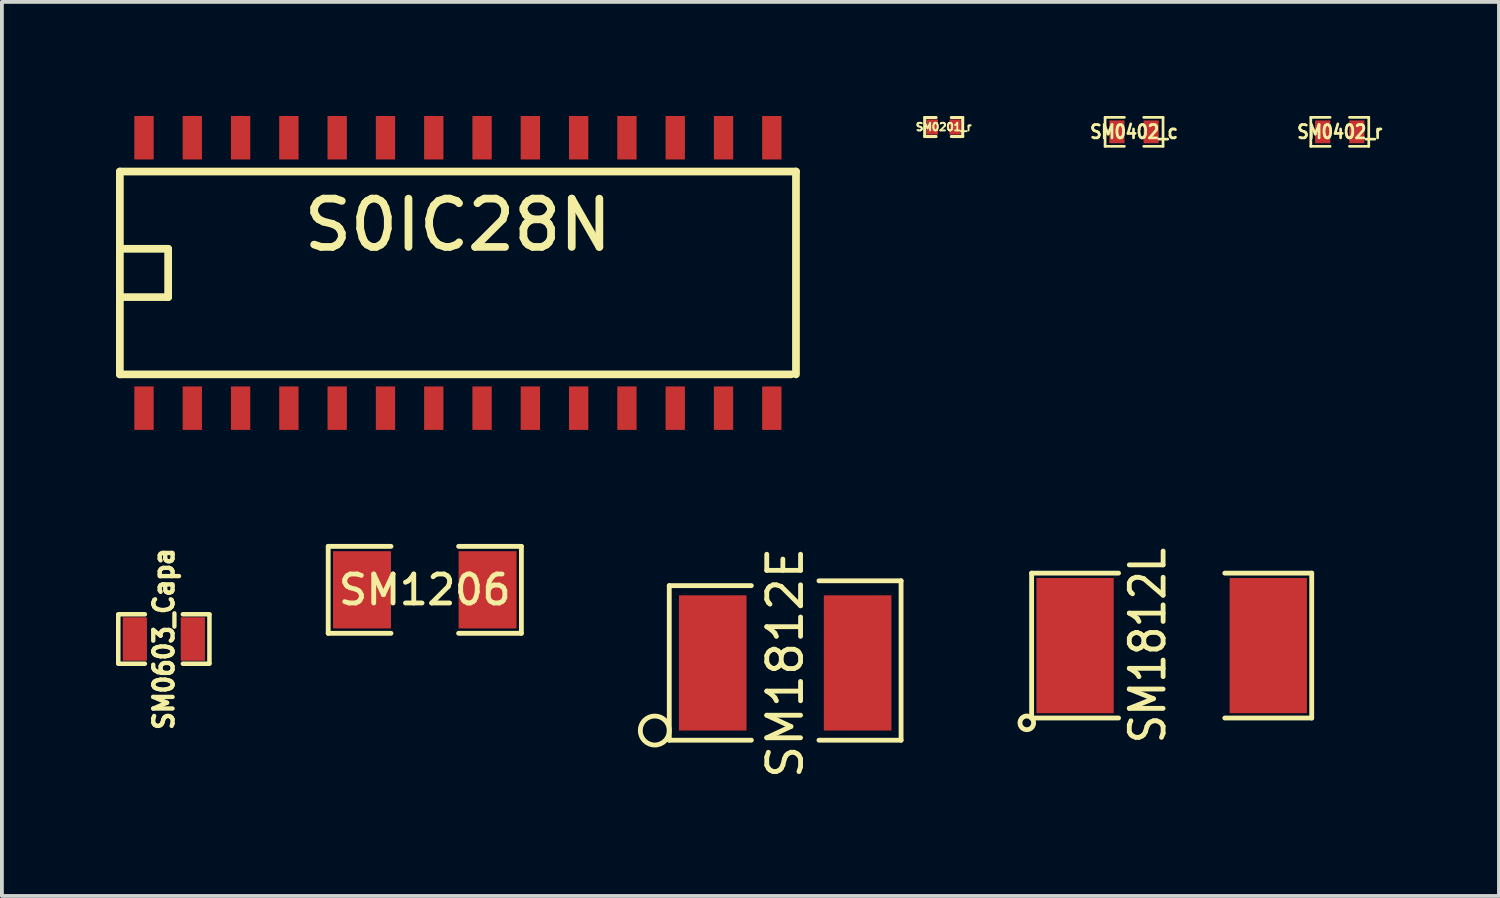
<source format=kicad_pcb>
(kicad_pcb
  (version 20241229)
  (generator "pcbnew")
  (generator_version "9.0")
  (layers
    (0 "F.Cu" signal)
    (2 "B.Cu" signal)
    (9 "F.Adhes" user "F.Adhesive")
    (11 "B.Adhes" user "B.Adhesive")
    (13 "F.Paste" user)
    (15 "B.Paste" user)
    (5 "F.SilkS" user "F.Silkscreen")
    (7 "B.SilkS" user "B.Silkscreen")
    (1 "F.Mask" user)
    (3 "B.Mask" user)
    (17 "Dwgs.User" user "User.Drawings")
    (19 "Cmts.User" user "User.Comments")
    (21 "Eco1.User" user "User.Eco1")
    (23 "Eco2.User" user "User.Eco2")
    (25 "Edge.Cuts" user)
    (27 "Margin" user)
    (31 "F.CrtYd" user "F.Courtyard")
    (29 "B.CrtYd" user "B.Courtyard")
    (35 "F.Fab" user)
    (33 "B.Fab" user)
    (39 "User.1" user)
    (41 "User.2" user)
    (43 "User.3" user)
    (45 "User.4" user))
  (footprint "SM1812E"
    (layer "F.Cu")
    (at 17.598 14.383)
    (property "Reference" "SM1812E" (at 0 0 90) (layer "F.SilkS") (effects (font (size 0.889 0.889) (thickness 0.127))))
    (attr smd)
    (fp_line (start -3.048 -2.032) (end -3.048 2.032) (stroke (width 0.127) (type solid)) (layer "F.SilkS"))
    (fp_line (start -3.048 2.032) (end -0.889 2.032) (stroke (width 0.127) (type solid)) (layer "F.SilkS"))
    (fp_line (start -0.889 -2.032) (end -3.048 -2.032) (stroke (width 0.127) (type solid)) (layer "F.SilkS"))
    (fp_line (start 0.889 -2.159) (end 3.048 -2.159) (stroke (width 0.127) (type solid)) (layer "F.SilkS"))
    (fp_line (start 3.048 -2.159) (end 3.048 2.032) (stroke (width 0.127) (type solid)) (layer "F.SilkS"))
    (fp_line (start 3.048 2.032) (end 0.889 2.032) (stroke (width 0.127) (type solid)) (layer "F.SilkS"))
    (fp_circle (center -3.429 1.778) (end -3.048 1.778) (stroke (width 0.127) (type solid)) (fill no) (layer "F.SilkS"))
    (pad "1" smd rect (at -1.905 0) (size 1.778 3.556) (layers "F.Cu" "F.Mask" "F.Paste"))
    (pad "2" smd rect (at 1.905 0) (size 1.778 3.556) (layers "F.Cu" "F.Mask" "F.Paste")))
  (footprint "SM0603_Capa"
    (layer "F.Cu")
    (at 1.259 13.754)
    (property "Reference" "SM0603_Capa" (at 0 0 90) (layer "F.SilkS") (effects (font (size 0.508 0.457) (thickness 0.114))))
    (attr smd)
    (fp_line (start -1.199 -0.65) (end -0.5 -0.65) (stroke (width 0.119) (type solid)) (layer "F.SilkS"))
    (fp_line (start -1.199 0.635) (end -1.199 -0.635) (stroke (width 0.119) (type solid)) (layer "F.SilkS"))
    (fp_line (start -0.5 0.65) (end -1.199 0.65) (stroke (width 0.119) (type solid)) (layer "F.SilkS"))
    (fp_line (start 0.5 -0.65) (end 1.199 -0.65) (stroke (width 0.119) (type solid)) (layer "F.SilkS"))
    (fp_line (start 0.5 0.65) (end 1.199 0.65) (stroke (width 0.119) (type solid)) (layer "F.SilkS"))
    (fp_line (start 1.199 -0.635) (end 1.199 0.635) (stroke (width 0.119) (type solid)) (layer "F.SilkS"))
    (pad "1" smd rect (at -0.762 0) (size 0.635 1.143) (layers "F.Cu" "F.Mask" "F.Paste"))
    (pad "2" smd rect (at 0.762 0) (size 0.635 1.143) (layers "F.Cu" "F.Mask" "F.Paste")))
  (footprint "SM0201_r"
    (layer "F.Cu")
    (at 21.767 0.29)
    (property "Reference" "SM0201_r" (at 0 0 0) (layer "F.SilkS") (effects (font (size 0.2 0.2) (thickness 0.05))))
    (attr smd)
    (fp_line (start -0.5 -0.25) (end -0.5 0.25) (stroke (width 0.08) (type solid)) (layer "F.SilkS"))
    (fp_line (start -0.5 0.25) (end -0.2 0.25) (stroke (width 0.08) (type solid)) (layer "F.SilkS"))
    (fp_line (start -0.2 -0.25) (end -0.5 -0.25) (stroke (width 0.08) (type solid)) (layer "F.SilkS"))
    (fp_line (start 0.2 -0.25) (end 0.45 -0.25) (stroke (width 0.08) (type solid)) (layer "F.SilkS"))
    (fp_line (start 0.45 -0.25) (end 0.5 -0.25) (stroke (width 0.08) (type solid)) (layer "F.SilkS"))
    (fp_line (start 0.5 -0.25) (end 0.5 0.25) (stroke (width 0.08) (type solid)) (layer "F.SilkS"))
    (fp_line (start 0.5 0.25) (end 0.2 0.25) (stroke (width 0.08) (type solid)) (layer "F.SilkS"))
    (pad "1" smd rect (at -0.3 0) (size 0.3 0.4) (layers "F.Cu" "F.Mask" "F.Paste"))
    (pad "2" smd rect (at 0.3 0) (size 0.3 0.4) (layers "F.Cu" "F.Mask" "F.Paste")))
  (footprint "SM1206"
    (layer "F.Cu")
    (at 8.121 12.461)
    (property "Reference" "SM1206" (at 0 0 0) (layer "F.SilkS") (effects (font (size 0.762 0.762) (thickness 0.127))))
    (attr smd)
    (fp_line (start -2.54 -1.143) (end -2.54 1.143) (stroke (width 0.127) (type solid)) (layer "F.SilkS"))
    (fp_line (start -2.54 1.143) (end -0.889 1.143) (stroke (width 0.127) (type solid)) (layer "F.SilkS"))
    (fp_line (start -0.889 -1.143) (end -2.54 -1.143) (stroke (width 0.127) (type solid)) (layer "F.SilkS"))
    (fp_line (start 0.889 -1.143) (end 2.54 -1.143) (stroke (width 0.127) (type solid)) (layer "F.SilkS"))
    (fp_line (start 2.54 -1.143) (end 2.54 1.143) (stroke (width 0.127) (type solid)) (layer "F.SilkS"))
    (fp_line (start 2.54 1.143) (end 0.889 1.143) (stroke (width 0.127) (type solid)) (layer "F.SilkS"))
    (pad "1" smd rect (at -1.651 0) (size 1.524 2.032) (layers "F.Cu" "F.Mask" "F.Paste"))
    (pad "2" smd rect (at 1.651 0) (size 1.524 2.032) (layers "F.Cu" "F.Mask" "F.Paste")))
  (footprint "SM0402_c"
    (layer "F.Cu")
    (at 26.773 0.417)
    (property "Reference" "SM0402_c" (at 0 0 0) (layer "F.SilkS") (effects (font (size 0.351 0.305) (thickness 0.071))))
    (attr smd)
    (fp_line (start -0.762 -0.381) (end -0.762 0.381) (stroke (width 0.071) (type solid)) (layer "F.SilkS"))
    (fp_line (start -0.762 0.381) (end -0.254 0.381) (stroke (width 0.071) (type solid)) (layer "F.SilkS"))
    (fp_line (start -0.254 -0.381) (end -0.762 -0.381) (stroke (width 0.071) (type solid)) (layer "F.SilkS"))
    (fp_line (start 0.254 -0.381) (end 0.762 -0.381) (stroke (width 0.071) (type solid)) (layer "F.SilkS"))
    (fp_line (start 0.762 -0.381) (end 0.762 0.381) (stroke (width 0.071) (type solid)) (layer "F.SilkS"))
    (fp_line (start 0.762 0.381) (end 0.254 0.381) (stroke (width 0.071) (type solid)) (layer "F.SilkS"))
    (pad "1" smd rect (at -0.45 0) (size 0.399 0.599) (layers "F.Cu" "F.Mask" "F.Paste"))
    (pad "2" smd rect (at 0.45 0) (size 0.399 0.599) (layers "F.Cu" "F.Mask" "F.Paste")))
  (footprint "SM0402_r"
    (layer "F.Cu")
    (at 32.183 0.417)
    (property "Reference" "SM0402_r" (at 0 0 0) (layer "F.SilkS") (effects (font (size 0.351 0.305) (thickness 0.071))))
    (attr smd)
    (fp_line (start -0.762 -0.381) (end -0.762 0.381) (stroke (width 0.071) (type solid)) (layer "F.SilkS"))
    (fp_line (start -0.762 0.381) (end -0.254 0.381) (stroke (width 0.071) (type solid)) (layer "F.SilkS"))
    (fp_line (start -0.254 -0.381) (end -0.762 -0.381) (stroke (width 0.071) (type solid)) (layer "F.SilkS"))
    (fp_line (start 0.254 -0.381) (end 0.762 -0.381) (stroke (width 0.071) (type solid)) (layer "F.SilkS"))
    (fp_line (start 0.762 -0.381) (end 0.762 0.381) (stroke (width 0.071) (type solid)) (layer "F.SilkS"))
    (fp_line (start 0.762 0.381) (end 0.254 0.381) (stroke (width 0.071) (type solid)) (layer "F.SilkS"))
    (pad "1" smd rect (at -0.45 0) (size 0.399 0.599) (layers "F.Cu" "F.Mask" "F.Paste"))
    (pad "2" smd rect (at 0.45 0) (size 0.399 0.599) (layers "F.Cu" "F.Mask" "F.Paste")))
  (footprint "S0IC28N"
    (layer "F.Cu")
    (at 8.992 4.128)
    (property "Reference" "S0IC28N" (at 0 -1.262 0) (layer "F.SilkS") (effects (font (size 1.27 1.27) (thickness 0.203))))
    (attr smd)
    (fp_line (start -8.89 -2.667) (end -8.89 2.667) (stroke (width 0.203) (type solid)) (layer "F.SilkS"))
    (fp_line (start -8.89 -2.667) (end 8.89 -2.667) (stroke (width 0.203) (type solid)) (layer "F.SilkS"))
    (fp_line (start -8.89 -0.635) (end -7.62 -0.635) (stroke (width 0.203) (type solid)) (layer "F.SilkS"))
    (fp_line (start -7.62 -0.635) (end -7.62 0.635) (stroke (width 0.203) (type solid)) (layer "F.SilkS"))
    (fp_line (start -7.62 0.635) (end -8.89 0.635) (stroke (width 0.203) (type solid)) (layer "F.SilkS"))
    (fp_line (start 8.763 2.667) (end -8.89 2.667) (stroke (width 0.203) (type solid)) (layer "F.SilkS"))
    (fp_line (start 8.89 2.667) (end 8.89 -2.667) (stroke (width 0.203) (type solid)) (layer "F.SilkS"))
    (pad "1" smd rect (at -8.255 3.556) (size 0.508 1.143) (layers "F.Cu" "F.Mask" "F.Paste"))
    (pad "2" smd rect (at -6.985 3.556) (size 0.508 1.143) (layers "F.Cu" "F.Mask" "F.Paste"))
    (pad "3" smd rect (at -5.715 3.556) (size 0.508 1.143) (layers "F.Cu" "F.Mask" "F.Paste"))
    (pad "4" smd rect (at -4.445 3.556) (size 0.508 1.143) (layers "F.Cu" "F.Mask" "F.Paste"))
    (pad "5" smd rect (at -3.175 3.556) (size 0.508 1.143) (layers "F.Cu" "F.Mask" "F.Paste"))
    (pad "6" smd rect (at -1.905 3.556) (size 0.508 1.143) (layers "F.Cu" "F.Mask" "F.Paste"))
    (pad "7" smd rect (at -0.635 3.556) (size 0.508 1.143) (layers "F.Cu" "F.Mask" "F.Paste"))
    (pad "8" smd rect (at 0.635 3.556) (size 0.508 1.143) (layers "F.Cu" "F.Mask" "F.Paste"))
    (pad "9" smd rect (at 1.905 3.556) (size 0.508 1.143) (layers "F.Cu" "F.Mask" "F.Paste"))
    (pad "10" smd rect (at 3.175 3.556) (size 0.508 1.143) (layers "F.Cu" "F.Mask" "F.Paste"))
    (pad "11" smd rect (at 4.445 3.556) (size 0.508 1.143) (layers "F.Cu" "F.Mask" "F.Paste"))
    (pad "12" smd rect (at 5.715 3.556) (size 0.508 1.143) (layers "F.Cu" "F.Mask" "F.Paste"))
    (pad "13" smd rect (at 6.985 3.556) (size 0.508 1.143) (layers "F.Cu" "F.Mask" "F.Paste"))
    (pad "14" smd rect (at 8.255 3.556) (size 0.508 1.143) (layers "F.Cu" "F.Mask" "F.Paste"))
    (pad "15" smd rect (at 8.255 -3.556) (size 0.508 1.143) (layers "F.Cu" "F.Mask" "F.Paste"))
    (pad "16" smd rect (at 6.985 -3.556) (size 0.508 1.143) (layers "F.Cu" "F.Mask" "F.Paste"))
    (pad "17" smd rect (at 5.715 -3.556) (size 0.508 1.143) (layers "F.Cu" "F.Mask" "F.Paste"))
    (pad "18" smd rect (at 4.445 -3.556) (size 0.508 1.143) (layers "F.Cu" "F.Mask" "F.Paste"))
    (pad "19" smd rect (at 3.175 -3.556) (size 0.508 1.143) (layers "F.Cu" "F.Mask" "F.Paste"))
    (pad "20" smd rect (at 1.905 -3.556) (size 0.508 1.143) (layers "F.Cu" "F.Mask" "F.Paste"))
    (pad "21" smd rect (at 0.635 -3.556) (size 0.508 1.143) (layers "F.Cu" "F.Mask" "F.Paste"))
    (pad "22" smd rect (at -0.635 -3.556) (size 0.508 1.143) (layers "F.Cu" "F.Mask" "F.Paste"))
    (pad "23" smd rect (at -1.905 -3.556) (size 0.508 1.143) (layers "F.Cu" "F.Mask" "F.Paste"))
    (pad "24" smd rect (at -3.175 -3.556) (size 0.508 1.143) (layers "F.Cu" "F.Mask" "F.Paste"))
    (pad "25" smd rect (at -4.445 -3.556) (size 0.508 1.143) (layers "F.Cu" "F.Mask" "F.Paste"))
    (pad "26" smd rect (at -5.715 -3.556) (size 0.508 1.143) (layers "F.Cu" "F.Mask" "F.Paste"))
    (pad "27" smd rect (at -6.985 -3.556) (size 0.508 1.143) (layers "F.Cu" "F.Mask" "F.Paste"))
    (pad "28" smd rect (at -8.255 -3.556) (size 0.508 1.143) (layers "F.Cu" "F.Mask" "F.Paste")))
  (footprint "SM1812L"
    (layer "F.Cu")
    (at 27.762 13.927)
    (property "Reference" "SM1812L" (at -0.63 0 90) (layer "F.SilkS") (effects (font (size 0.889 0.762) (thickness 0.127))))
    (attr smd)
    (fp_line (start -3.683 -1.905) (end -3.683 1.905) (stroke (width 0.127) (type solid)) (layer "F.SilkS"))
    (fp_line (start -3.683 1.905) (end -1.397 1.905) (stroke (width 0.127) (type solid)) (layer "F.SilkS"))
    (fp_line (start -1.397 -1.905) (end -3.683 -1.905) (stroke (width 0.127) (type solid)) (layer "F.SilkS"))
    (fp_line (start 1.397 1.905) (end 3.683 1.905) (stroke (width 0.127) (type solid)) (layer "F.SilkS"))
    (fp_line (start 3.683 -1.905) (end 1.397 -1.905) (stroke (width 0.127) (type solid)) (layer "F.SilkS"))
    (fp_line (start 3.683 1.905) (end 3.683 -1.905) (stroke (width 0.127) (type solid)) (layer "F.SilkS"))
    (fp_circle (center -3.81 2.032) (end -3.683 1.905) (stroke (width 0.127) (type solid)) (fill no) (layer "F.SilkS"))
    (pad "1" smd rect (at -2.54 0) (size 2.032 3.556) (layers "F.Cu" "F.Mask" "F.Paste"))
    (pad "2" smd rect (at 2.54 0) (size 2.032 3.556) (layers "F.Cu" "F.Mask" "F.Paste")))
  (gr_rect
    (start -3 -3)
    (end 36.369 20.512)
    (stroke (width 0.1) (type default))
    (fill no)
    (layer "Edge.Cuts")))
</source>
